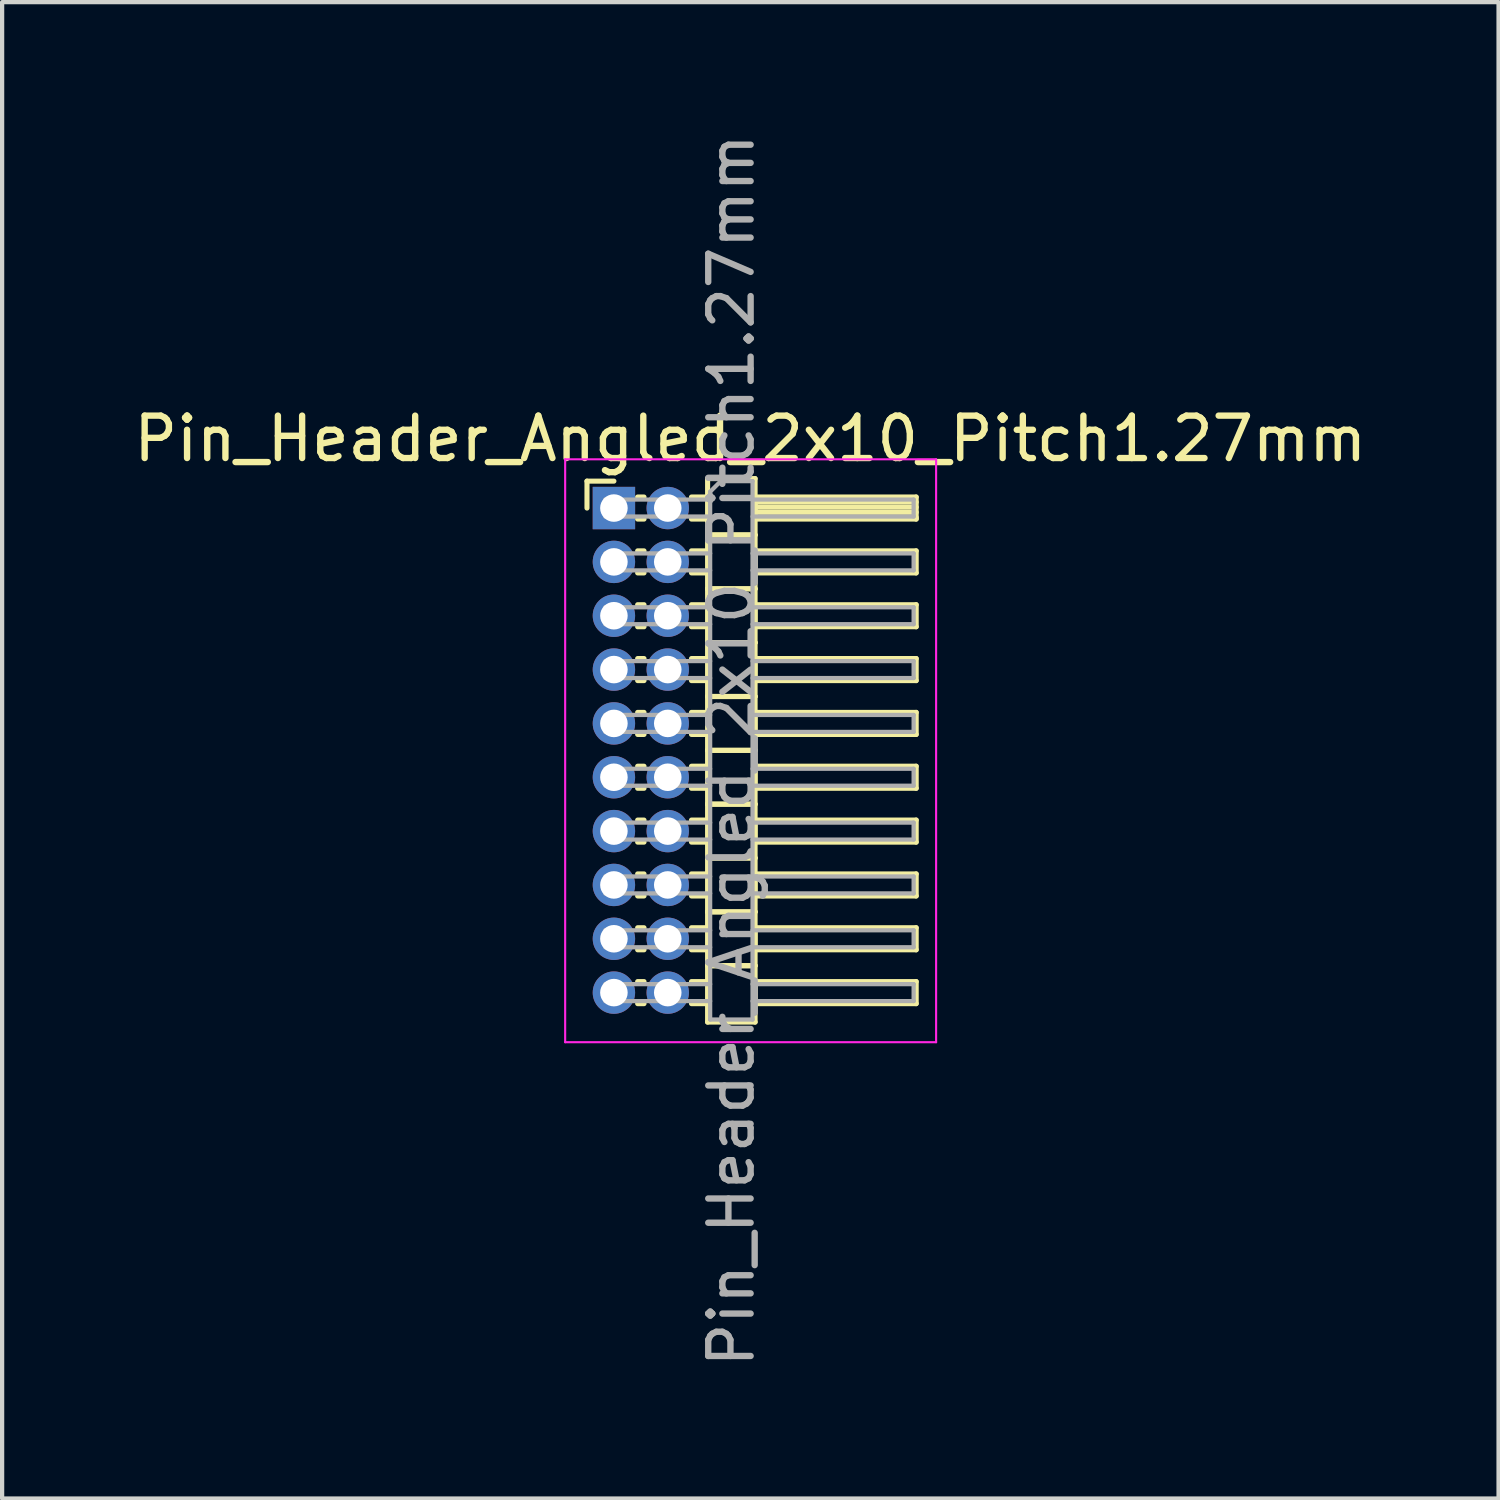
<source format=kicad_pcb>
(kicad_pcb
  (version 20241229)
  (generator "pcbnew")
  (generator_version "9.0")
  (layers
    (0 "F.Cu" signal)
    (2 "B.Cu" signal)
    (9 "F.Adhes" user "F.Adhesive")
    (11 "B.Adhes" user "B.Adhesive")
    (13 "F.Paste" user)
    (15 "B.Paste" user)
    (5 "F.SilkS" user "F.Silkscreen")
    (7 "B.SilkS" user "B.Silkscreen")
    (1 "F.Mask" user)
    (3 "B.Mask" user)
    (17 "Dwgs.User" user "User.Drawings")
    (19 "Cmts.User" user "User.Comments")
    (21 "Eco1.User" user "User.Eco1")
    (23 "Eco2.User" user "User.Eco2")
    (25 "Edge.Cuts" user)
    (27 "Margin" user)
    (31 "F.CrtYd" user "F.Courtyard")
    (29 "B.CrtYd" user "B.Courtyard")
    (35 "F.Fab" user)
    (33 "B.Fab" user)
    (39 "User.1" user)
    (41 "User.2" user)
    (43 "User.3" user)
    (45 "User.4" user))
  (footprint "Pin_Header_Angled_2x10_Pitch1.27mm"
    (layer "F.Cu")
    (at 11.431 8.934)
    (property "Reference" "Pin_Header_Angled_2x10_Pitch1.27mm" (at 3.217 -1.635 0) (layer "F.SilkS") (effects (font (size 1 1) (thickness 0.15))))
    (attr through_hole)
    (fp_line (start -0.635 -0.635) (end 0 -0.635) (stroke (width 0.12) (type solid)) (layer "F.SilkS"))
    (fp_line (start -0.635 0) (end -0.635 -0.635) (stroke (width 0.12) (type solid)) (layer "F.SilkS"))
    (fp_line (start 0.56 -0.26) (end 0.71 -0.26) (stroke (width 0.12) (type solid)) (layer "F.SilkS"))
    (fp_line (start 0.56 0.26) (end 0.71 0.26) (stroke (width 0.12) (type solid)) (layer "F.SilkS"))
    (fp_line (start 0.56 1.01) (end 0.71 1.01) (stroke (width 0.12) (type solid)) (layer "F.SilkS"))
    (fp_line (start 0.56 1.53) (end 0.71 1.53) (stroke (width 0.12) (type solid)) (layer "F.SilkS"))
    (fp_line (start 0.56 2.28) (end 0.71 2.28) (stroke (width 0.12) (type solid)) (layer "F.SilkS"))
    (fp_line (start 0.56 2.8) (end 0.71 2.8) (stroke (width 0.12) (type solid)) (layer "F.SilkS"))
    (fp_line (start 0.56 3.55) (end 0.71 3.55) (stroke (width 0.12) (type solid)) (layer "F.SilkS"))
    (fp_line (start 0.56 4.07) (end 0.71 4.07) (stroke (width 0.12) (type solid)) (layer "F.SilkS"))
    (fp_line (start 0.56 4.82) (end 0.71 4.82) (stroke (width 0.12) (type solid)) (layer "F.SilkS"))
    (fp_line (start 0.56 5.34) (end 0.71 5.34) (stroke (width 0.12) (type solid)) (layer "F.SilkS"))
    (fp_line (start 0.56 6.09) (end 0.71 6.09) (stroke (width 0.12) (type solid)) (layer "F.SilkS"))
    (fp_line (start 0.56 6.61) (end 0.71 6.61) (stroke (width 0.12) (type solid)) (layer "F.SilkS"))
    (fp_line (start 0.56 7.36) (end 0.71 7.36) (stroke (width 0.12) (type solid)) (layer "F.SilkS"))
    (fp_line (start 0.56 7.88) (end 0.71 7.88) (stroke (width 0.12) (type solid)) (layer "F.SilkS"))
    (fp_line (start 0.56 8.63) (end 0.71 8.63) (stroke (width 0.12) (type solid)) (layer "F.SilkS"))
    (fp_line (start 0.56 9.15) (end 0.71 9.15) (stroke (width 0.12) (type solid)) (layer "F.SilkS"))
    (fp_line (start 0.56 9.9) (end 0.71 9.9) (stroke (width 0.12) (type solid)) (layer "F.SilkS"))
    (fp_line (start 0.56 10.42) (end 0.71 10.42) (stroke (width 0.12) (type solid)) (layer "F.SilkS"))
    (fp_line (start 0.56 11.17) (end 0.71 11.17) (stroke (width 0.12) (type solid)) (layer "F.SilkS"))
    (fp_line (start 0.56 11.69) (end 0.71 11.69) (stroke (width 0.12) (type solid)) (layer "F.SilkS"))
    (fp_line (start 1.83 -0.26) (end 2.21 -0.26) (stroke (width 0.12) (type solid)) (layer "F.SilkS"))
    (fp_line (start 1.83 0.26) (end 2.21 0.26) (stroke (width 0.12) (type solid)) (layer "F.SilkS"))
    (fp_line (start 1.83 1.01) (end 2.21 1.01) (stroke (width 0.12) (type solid)) (layer "F.SilkS"))
    (fp_line (start 1.83 1.53) (end 2.21 1.53) (stroke (width 0.12) (type solid)) (layer "F.SilkS"))
    (fp_line (start 1.83 2.28) (end 2.21 2.28) (stroke (width 0.12) (type solid)) (layer "F.SilkS"))
    (fp_line (start 1.83 2.8) (end 2.21 2.8) (stroke (width 0.12) (type solid)) (layer "F.SilkS"))
    (fp_line (start 1.83 3.55) (end 2.21 3.55) (stroke (width 0.12) (type solid)) (layer "F.SilkS"))
    (fp_line (start 1.83 4.07) (end 2.21 4.07) (stroke (width 0.12) (type solid)) (layer "F.SilkS"))
    (fp_line (start 1.83 4.82) (end 2.21 4.82) (stroke (width 0.12) (type solid)) (layer "F.SilkS"))
    (fp_line (start 1.83 5.34) (end 2.21 5.34) (stroke (width 0.12) (type solid)) (layer "F.SilkS"))
    (fp_line (start 1.83 6.09) (end 2.21 6.09) (stroke (width 0.12) (type solid)) (layer "F.SilkS"))
    (fp_line (start 1.83 6.61) (end 2.21 6.61) (stroke (width 0.12) (type solid)) (layer "F.SilkS"))
    (fp_line (start 1.83 7.36) (end 2.21 7.36) (stroke (width 0.12) (type solid)) (layer "F.SilkS"))
    (fp_line (start 1.83 7.88) (end 2.21 7.88) (stroke (width 0.12) (type solid)) (layer "F.SilkS"))
    (fp_line (start 1.83 8.63) (end 2.21 8.63) (stroke (width 0.12) (type solid)) (layer "F.SilkS"))
    (fp_line (start 1.83 9.15) (end 2.21 9.15) (stroke (width 0.12) (type solid)) (layer "F.SilkS"))
    (fp_line (start 1.83 9.9) (end 2.21 9.9) (stroke (width 0.12) (type solid)) (layer "F.SilkS"))
    (fp_line (start 1.83 10.42) (end 2.21 10.42) (stroke (width 0.12) (type solid)) (layer "F.SilkS"))
    (fp_line (start 1.83 11.17) (end 2.21 11.17) (stroke (width 0.12) (type solid)) (layer "F.SilkS"))
    (fp_line (start 1.83 11.69) (end 2.21 11.69) (stroke (width 0.12) (type solid)) (layer "F.SilkS"))
    (fp_line (start 2.21 -0.695) (end 2.21 0.635) (stroke (width 0.12) (type solid)) (layer "F.SilkS"))
    (fp_line (start 2.21 0.635) (end 2.21 1.905) (stroke (width 0.12) (type solid)) (layer "F.SilkS"))
    (fp_line (start 2.21 0.635) (end 3.33 0.635) (stroke (width 0.12) (type solid)) (layer "F.SilkS"))
    (fp_line (start 2.21 1.905) (end 2.21 3.175) (stroke (width 0.12) (type solid)) (layer "F.SilkS"))
    (fp_line (start 2.21 1.905) (end 3.33 1.905) (stroke (width 0.12) (type solid)) (layer "F.SilkS"))
    (fp_line (start 2.21 3.175) (end 2.21 4.445) (stroke (width 0.12) (type solid)) (layer "F.SilkS"))
    (fp_line (start 2.21 3.175) (end 3.33 3.175) (stroke (width 0.12) (type solid)) (layer "F.SilkS"))
    (fp_line (start 2.21 4.445) (end 2.21 5.715) (stroke (width 0.12) (type solid)) (layer "F.SilkS"))
    (fp_line (start 2.21 4.445) (end 3.33 4.445) (stroke (width 0.12) (type solid)) (layer "F.SilkS"))
    (fp_line (start 2.21 5.715) (end 2.21 6.985) (stroke (width 0.12) (type solid)) (layer "F.SilkS"))
    (fp_line (start 2.21 5.715) (end 3.33 5.715) (stroke (width 0.12) (type solid)) (layer "F.SilkS"))
    (fp_line (start 2.21 6.985) (end 2.21 8.255) (stroke (width 0.12) (type solid)) (layer "F.SilkS"))
    (fp_line (start 2.21 6.985) (end 3.33 6.985) (stroke (width 0.12) (type solid)) (layer "F.SilkS"))
    (fp_line (start 2.21 8.255) (end 2.21 9.525) (stroke (width 0.12) (type solid)) (layer "F.SilkS"))
    (fp_line (start 2.21 8.255) (end 3.33 8.255) (stroke (width 0.12) (type solid)) (layer "F.SilkS"))
    (fp_line (start 2.21 9.525) (end 2.21 10.795) (stroke (width 0.12) (type solid)) (layer "F.SilkS"))
    (fp_line (start 2.21 9.525) (end 3.33 9.525) (stroke (width 0.12) (type solid)) (layer "F.SilkS"))
    (fp_line (start 2.21 10.795) (end 2.21 12.125) (stroke (width 0.12) (type solid)) (layer "F.SilkS"))
    (fp_line (start 2.21 10.795) (end 3.33 10.795) (stroke (width 0.12) (type solid)) (layer "F.SilkS"))
    (fp_line (start 2.21 12.125) (end 3.33 12.125) (stroke (width 0.12) (type solid)) (layer "F.SilkS"))
    (fp_line (start 3.33 -0.695) (end 2.21 -0.695) (stroke (width 0.12) (type solid)) (layer "F.SilkS"))
    (fp_line (start 3.33 -0.26) (end 3.33 0.26) (stroke (width 0.12) (type solid)) (layer "F.SilkS"))
    (fp_line (start 3.33 -0.14) (end 7.13 -0.14) (stroke (width 0.12) (type solid)) (layer "F.SilkS"))
    (fp_line (start 3.33 -0.02) (end 7.13 -0.02) (stroke (width 0.12) (type solid)) (layer "F.SilkS"))
    (fp_line (start 3.33 0.1) (end 7.13 0.1) (stroke (width 0.12) (type solid)) (layer "F.SilkS"))
    (fp_line (start 3.33 0.22) (end 7.13 0.22) (stroke (width 0.12) (type solid)) (layer "F.SilkS"))
    (fp_line (start 3.33 0.26) (end 7.13 0.26) (stroke (width 0.12) (type solid)) (layer "F.SilkS"))
    (fp_line (start 3.33 0.635) (end 2.21 0.635) (stroke (width 0.12) (type solid)) (layer "F.SilkS"))
    (fp_line (start 3.33 0.635) (end 3.33 -0.695) (stroke (width 0.12) (type solid)) (layer "F.SilkS"))
    (fp_line (start 3.33 1.01) (end 3.33 1.53) (stroke (width 0.12) (type solid)) (layer "F.SilkS"))
    (fp_line (start 3.33 1.53) (end 7.13 1.53) (stroke (width 0.12) (type solid)) (layer "F.SilkS"))
    (fp_line (start 3.33 1.905) (end 2.21 1.905) (stroke (width 0.12) (type solid)) (layer "F.SilkS"))
    (fp_line (start 3.33 1.905) (end 3.33 0.635) (stroke (width 0.12) (type solid)) (layer "F.SilkS"))
    (fp_line (start 3.33 2.28) (end 3.33 2.8) (stroke (width 0.12) (type solid)) (layer "F.SilkS"))
    (fp_line (start 3.33 2.8) (end 7.13 2.8) (stroke (width 0.12) (type solid)) (layer "F.SilkS"))
    (fp_line (start 3.33 3.175) (end 2.21 3.175) (stroke (width 0.12) (type solid)) (layer "F.SilkS"))
    (fp_line (start 3.33 3.175) (end 3.33 1.905) (stroke (width 0.12) (type solid)) (layer "F.SilkS"))
    (fp_line (start 3.33 3.55) (end 3.33 4.07) (stroke (width 0.12) (type solid)) (layer "F.SilkS"))
    (fp_line (start 3.33 4.07) (end 7.13 4.07) (stroke (width 0.12) (type solid)) (layer "F.SilkS"))
    (fp_line (start 3.33 4.445) (end 2.21 4.445) (stroke (width 0.12) (type solid)) (layer "F.SilkS"))
    (fp_line (start 3.33 4.445) (end 3.33 3.175) (stroke (width 0.12) (type solid)) (layer "F.SilkS"))
    (fp_line (start 3.33 4.82) (end 3.33 5.34) (stroke (width 0.12) (type solid)) (layer "F.SilkS"))
    (fp_line (start 3.33 5.34) (end 7.13 5.34) (stroke (width 0.12) (type solid)) (layer "F.SilkS"))
    (fp_line (start 3.33 5.715) (end 2.21 5.715) (stroke (width 0.12) (type solid)) (layer "F.SilkS"))
    (fp_line (start 3.33 5.715) (end 3.33 4.445) (stroke (width 0.12) (type solid)) (layer "F.SilkS"))
    (fp_line (start 3.33 6.09) (end 3.33 6.61) (stroke (width 0.12) (type solid)) (layer "F.SilkS"))
    (fp_line (start 3.33 6.61) (end 7.13 6.61) (stroke (width 0.12) (type solid)) (layer "F.SilkS"))
    (fp_line (start 3.33 6.985) (end 2.21 6.985) (stroke (width 0.12) (type solid)) (layer "F.SilkS"))
    (fp_line (start 3.33 6.985) (end 3.33 5.715) (stroke (width 0.12) (type solid)) (layer "F.SilkS"))
    (fp_line (start 3.33 7.36) (end 3.33 7.88) (stroke (width 0.12) (type solid)) (layer "F.SilkS"))
    (fp_line (start 3.33 7.88) (end 7.13 7.88) (stroke (width 0.12) (type solid)) (layer "F.SilkS"))
    (fp_line (start 3.33 8.255) (end 2.21 8.255) (stroke (width 0.12) (type solid)) (layer "F.SilkS"))
    (fp_line (start 3.33 8.255) (end 3.33 6.985) (stroke (width 0.12) (type solid)) (layer "F.SilkS"))
    (fp_line (start 3.33 8.63) (end 3.33 9.15) (stroke (width 0.12) (type solid)) (layer "F.SilkS"))
    (fp_line (start 3.33 9.15) (end 7.13 9.15) (stroke (width 0.12) (type solid)) (layer "F.SilkS"))
    (fp_line (start 3.33 9.525) (end 2.21 9.525) (stroke (width 0.12) (type solid)) (layer "F.SilkS"))
    (fp_line (start 3.33 9.525) (end 3.33 8.255) (stroke (width 0.12) (type solid)) (layer "F.SilkS"))
    (fp_line (start 3.33 9.9) (end 3.33 10.42) (stroke (width 0.12) (type solid)) (layer "F.SilkS"))
    (fp_line (start 3.33 10.42) (end 7.13 10.42) (stroke (width 0.12) (type solid)) (layer "F.SilkS"))
    (fp_line (start 3.33 10.795) (end 2.21 10.795) (stroke (width 0.12) (type solid)) (layer "F.SilkS"))
    (fp_line (start 3.33 10.795) (end 3.33 9.525) (stroke (width 0.12) (type solid)) (layer "F.SilkS"))
    (fp_line (start 3.33 11.17) (end 3.33 11.69) (stroke (width 0.12) (type solid)) (layer "F.SilkS"))
    (fp_line (start 3.33 11.69) (end 7.13 11.69) (stroke (width 0.12) (type solid)) (layer "F.SilkS"))
    (fp_line (start 3.33 12.125) (end 3.33 10.795) (stroke (width 0.12) (type solid)) (layer "F.SilkS"))
    (fp_line (start 7.13 -0.26) (end 3.33 -0.26) (stroke (width 0.12) (type solid)) (layer "F.SilkS"))
    (fp_line (start 7.13 0.26) (end 7.13 -0.26) (stroke (width 0.12) (type solid)) (layer "F.SilkS"))
    (fp_line (start 7.13 1.01) (end 3.33 1.01) (stroke (width 0.12) (type solid)) (layer "F.SilkS"))
    (fp_line (start 7.13 1.53) (end 7.13 1.01) (stroke (width 0.12) (type solid)) (layer "F.SilkS"))
    (fp_line (start 7.13 2.28) (end 3.33 2.28) (stroke (width 0.12) (type solid)) (layer "F.SilkS"))
    (fp_line (start 7.13 2.8) (end 7.13 2.28) (stroke (width 0.12) (type solid)) (layer "F.SilkS"))
    (fp_line (start 7.13 3.55) (end 3.33 3.55) (stroke (width 0.12) (type solid)) (layer "F.SilkS"))
    (fp_line (start 7.13 4.07) (end 7.13 3.55) (stroke (width 0.12) (type solid)) (layer "F.SilkS"))
    (fp_line (start 7.13 4.82) (end 3.33 4.82) (stroke (width 0.12) (type solid)) (layer "F.SilkS"))
    (fp_line (start 7.13 5.34) (end 7.13 4.82) (stroke (width 0.12) (type solid)) (layer "F.SilkS"))
    (fp_line (start 7.13 6.09) (end 3.33 6.09) (stroke (width 0.12) (type solid)) (layer "F.SilkS"))
    (fp_line (start 7.13 6.61) (end 7.13 6.09) (stroke (width 0.12) (type solid)) (layer "F.SilkS"))
    (fp_line (start 7.13 7.36) (end 3.33 7.36) (stroke (width 0.12) (type solid)) (layer "F.SilkS"))
    (fp_line (start 7.13 7.88) (end 7.13 7.36) (stroke (width 0.12) (type solid)) (layer "F.SilkS"))
    (fp_line (start 7.13 8.63) (end 3.33 8.63) (stroke (width 0.12) (type solid)) (layer "F.SilkS"))
    (fp_line (start 7.13 9.15) (end 7.13 8.63) (stroke (width 0.12) (type solid)) (layer "F.SilkS"))
    (fp_line (start 7.13 9.9) (end 3.33 9.9) (stroke (width 0.12) (type solid)) (layer "F.SilkS"))
    (fp_line (start 7.13 10.42) (end 7.13 9.9) (stroke (width 0.12) (type solid)) (layer "F.SilkS"))
    (fp_line (start 7.13 11.17) (end 3.33 11.17) (stroke (width 0.12) (type solid)) (layer "F.SilkS"))
    (fp_line (start 7.13 11.69) (end 7.13 11.17) (stroke (width 0.12) (type solid)) (layer "F.SilkS"))
    (fp_line (start -1.15 -1.15) (end -1.15 12.6) (stroke (width 0.05) (type solid)) (layer "F.CrtYd"))
    (fp_line (start -1.15 12.6) (end 7.6 12.6) (stroke (width 0.05) (type solid)) (layer "F.CrtYd"))
    (fp_line (start 7.6 -1.15) (end -1.15 -1.15) (stroke (width 0.05) (type solid)) (layer "F.CrtYd"))
    (fp_line (start 7.6 12.6) (end 7.6 -1.15) (stroke (width 0.05) (type solid)) (layer "F.CrtYd"))
    (fp_line (start -0.2 -0.2) (end -0.2 0.2) (stroke (width 0.1) (type solid)) (layer "F.Fab"))
    (fp_line (start -0.2 -0.2) (end 2.27 -0.2) (stroke (width 0.1) (type solid)) (layer "F.Fab"))
    (fp_line (start -0.2 0.2) (end 2.27 0.2) (stroke (width 0.1) (type solid)) (layer "F.Fab"))
    (fp_line (start -0.2 1.07) (end -0.2 1.47) (stroke (width 0.1) (type solid)) (layer "F.Fab"))
    (fp_line (start -0.2 1.07) (end 2.27 1.07) (stroke (width 0.1) (type solid)) (layer "F.Fab"))
    (fp_line (start -0.2 1.47) (end 2.27 1.47) (stroke (width 0.1) (type solid)) (layer "F.Fab"))
    (fp_line (start -0.2 2.34) (end -0.2 2.74) (stroke (width 0.1) (type solid)) (layer "F.Fab"))
    (fp_line (start -0.2 2.34) (end 2.27 2.34) (stroke (width 0.1) (type solid)) (layer "F.Fab"))
    (fp_line (start -0.2 2.74) (end 2.27 2.74) (stroke (width 0.1) (type solid)) (layer "F.Fab"))
    (fp_line (start -0.2 3.61) (end -0.2 4.01) (stroke (width 0.1) (type solid)) (layer "F.Fab"))
    (fp_line (start -0.2 3.61) (end 2.27 3.61) (stroke (width 0.1) (type solid)) (layer "F.Fab"))
    (fp_line (start -0.2 4.01) (end 2.27 4.01) (stroke (width 0.1) (type solid)) (layer "F.Fab"))
    (fp_line (start -0.2 4.88) (end -0.2 5.28) (stroke (width 0.1) (type solid)) (layer "F.Fab"))
    (fp_line (start -0.2 4.88) (end 2.27 4.88) (stroke (width 0.1) (type solid)) (layer "F.Fab"))
    (fp_line (start -0.2 5.28) (end 2.27 5.28) (stroke (width 0.1) (type solid)) (layer "F.Fab"))
    (fp_line (start -0.2 6.15) (end -0.2 6.55) (stroke (width 0.1) (type solid)) (layer "F.Fab"))
    (fp_line (start -0.2 6.15) (end 2.27 6.15) (stroke (width 0.1) (type solid)) (layer "F.Fab"))
    (fp_line (start -0.2 6.55) (end 2.27 6.55) (stroke (width 0.1) (type solid)) (layer "F.Fab"))
    (fp_line (start -0.2 7.42) (end -0.2 7.82) (stroke (width 0.1) (type solid)) (layer "F.Fab"))
    (fp_line (start -0.2 7.42) (end 2.27 7.42) (stroke (width 0.1) (type solid)) (layer "F.Fab"))
    (fp_line (start -0.2 7.82) (end 2.27 7.82) (stroke (width 0.1) (type solid)) (layer "F.Fab"))
    (fp_line (start -0.2 8.69) (end -0.2 9.09) (stroke (width 0.1) (type solid)) (layer "F.Fab"))
    (fp_line (start -0.2 8.69) (end 2.27 8.69) (stroke (width 0.1) (type solid)) (layer "F.Fab"))
    (fp_line (start -0.2 9.09) (end 2.27 9.09) (stroke (width 0.1) (type solid)) (layer "F.Fab"))
    (fp_line (start -0.2 9.96) (end -0.2 10.36) (stroke (width 0.1) (type solid)) (layer "F.Fab"))
    (fp_line (start -0.2 9.96) (end 2.27 9.96) (stroke (width 0.1) (type solid)) (layer "F.Fab"))
    (fp_line (start -0.2 10.36) (end 2.27 10.36) (stroke (width 0.1) (type solid)) (layer "F.Fab"))
    (fp_line (start -0.2 11.23) (end -0.2 11.63) (stroke (width 0.1) (type solid)) (layer "F.Fab"))
    (fp_line (start -0.2 11.23) (end 2.27 11.23) (stroke (width 0.1) (type solid)) (layer "F.Fab"))
    (fp_line (start -0.2 11.63) (end 2.27 11.63) (stroke (width 0.1) (type solid)) (layer "F.Fab"))
    (fp_line (start 2.27 -0.385) (end 2.52 -0.635) (stroke (width 0.1) (type solid)) (layer "F.Fab"))
    (fp_line (start 2.27 12.065) (end 2.27 -0.385) (stroke (width 0.1) (type solid)) (layer "F.Fab"))
    (fp_line (start 2.52 -0.635) (end 3.27 -0.635) (stroke (width 0.1) (type solid)) (layer "F.Fab"))
    (fp_line (start 3.27 -0.635) (end 3.27 12.065) (stroke (width 0.1) (type solid)) (layer "F.Fab"))
    (fp_line (start 3.27 -0.2) (end 7.07 -0.2) (stroke (width 0.1) (type solid)) (layer "F.Fab"))
    (fp_line (start 3.27 0.2) (end 7.07 0.2) (stroke (width 0.1) (type solid)) (layer "F.Fab"))
    (fp_line (start 3.27 1.07) (end 7.07 1.07) (stroke (width 0.1) (type solid)) (layer "F.Fab"))
    (fp_line (start 3.27 1.47) (end 7.07 1.47) (stroke (width 0.1) (type solid)) (layer "F.Fab"))
    (fp_line (start 3.27 2.34) (end 7.07 2.34) (stroke (width 0.1) (type solid)) (layer "F.Fab"))
    (fp_line (start 3.27 2.74) (end 7.07 2.74) (stroke (width 0.1) (type solid)) (layer "F.Fab"))
    (fp_line (start 3.27 3.61) (end 7.07 3.61) (stroke (width 0.1) (type solid)) (layer "F.Fab"))
    (fp_line (start 3.27 4.01) (end 7.07 4.01) (stroke (width 0.1) (type solid)) (layer "F.Fab"))
    (fp_line (start 3.27 4.88) (end 7.07 4.88) (stroke (width 0.1) (type solid)) (layer "F.Fab"))
    (fp_line (start 3.27 5.28) (end 7.07 5.28) (stroke (width 0.1) (type solid)) (layer "F.Fab"))
    (fp_line (start 3.27 6.15) (end 7.07 6.15) (stroke (width 0.1) (type solid)) (layer "F.Fab"))
    (fp_line (start 3.27 6.55) (end 7.07 6.55) (stroke (width 0.1) (type solid)) (layer "F.Fab"))
    (fp_line (start 3.27 7.42) (end 7.07 7.42) (stroke (width 0.1) (type solid)) (layer "F.Fab"))
    (fp_line (start 3.27 7.82) (end 7.07 7.82) (stroke (width 0.1) (type solid)) (layer "F.Fab"))
    (fp_line (start 3.27 8.69) (end 7.07 8.69) (stroke (width 0.1) (type solid)) (layer "F.Fab"))
    (fp_line (start 3.27 9.09) (end 7.07 9.09) (stroke (width 0.1) (type solid)) (layer "F.Fab"))
    (fp_line (start 3.27 9.96) (end 7.07 9.96) (stroke (width 0.1) (type solid)) (layer "F.Fab"))
    (fp_line (start 3.27 10.36) (end 7.07 10.36) (stroke (width 0.1) (type solid)) (layer "F.Fab"))
    (fp_line (start 3.27 11.23) (end 7.07 11.23) (stroke (width 0.1) (type solid)) (layer "F.Fab"))
    (fp_line (start 3.27 11.63) (end 7.07 11.63) (stroke (width 0.1) (type solid)) (layer "F.Fab"))
    (fp_line (start 3.27 12.065) (end 2.27 12.065) (stroke (width 0.1) (type solid)) (layer "F.Fab"))
    (fp_line (start 7.07 -0.2) (end 7.07 0.2) (stroke (width 0.1) (type solid)) (layer "F.Fab"))
    (fp_line (start 7.07 1.07) (end 7.07 1.47) (stroke (width 0.1) (type solid)) (layer "F.Fab"))
    (fp_line (start 7.07 2.34) (end 7.07 2.74) (stroke (width 0.1) (type solid)) (layer "F.Fab"))
    (fp_line (start 7.07 3.61) (end 7.07 4.01) (stroke (width 0.1) (type solid)) (layer "F.Fab"))
    (fp_line (start 7.07 4.88) (end 7.07 5.28) (stroke (width 0.1) (type solid)) (layer "F.Fab"))
    (fp_line (start 7.07 6.15) (end 7.07 6.55) (stroke (width 0.1) (type solid)) (layer "F.Fab"))
    (fp_line (start 7.07 7.42) (end 7.07 7.82) (stroke (width 0.1) (type solid)) (layer "F.Fab"))
    (fp_line (start 7.07 8.69) (end 7.07 9.09) (stroke (width 0.1) (type solid)) (layer "F.Fab"))
    (fp_line (start 7.07 9.96) (end 7.07 10.36) (stroke (width 0.1) (type solid)) (layer "F.Fab"))
    (fp_line (start 7.07 11.23) (end 7.07 11.63) (stroke (width 0.1) (type solid)) (layer "F.Fab"))
    (fp_text user "${REFERENCE}" (at 2.77 5.715 90) (layer "F.Fab") (effects (font (size 1 1) (thickness 0.15))))
    (pad "1" thru_hole rect (at 0 0) (size 1 1) (drill 0.65) (layers "*.Cu" "*.Mask"))
    (pad "2" thru_hole oval (at 1.27 0) (size 1 1) (drill 0.65) (layers "*.Cu" "*.Mask"))
    (pad "3" thru_hole oval (at 0 1.27) (size 1 1) (drill 0.65) (layers "*.Cu" "*.Mask"))
    (pad "4" thru_hole oval (at 1.27 1.27) (size 1 1) (drill 0.65) (layers "*.Cu" "*.Mask"))
    (pad "5" thru_hole oval (at 0 2.54) (size 1 1) (drill 0.65) (layers "*.Cu" "*.Mask"))
    (pad "6" thru_hole oval (at 1.27 2.54) (size 1 1) (drill 0.65) (layers "*.Cu" "*.Mask"))
    (pad "7" thru_hole oval (at 0 3.81) (size 1 1) (drill 0.65) (layers "*.Cu" "*.Mask"))
    (pad "8" thru_hole oval (at 1.27 3.81) (size 1 1) (drill 0.65) (layers "*.Cu" "*.Mask"))
    (pad "9" thru_hole oval (at 0 5.08) (size 1 1) (drill 0.65) (layers "*.Cu" "*.Mask"))
    (pad "10" thru_hole oval (at 1.27 5.08) (size 1 1) (drill 0.65) (layers "*.Cu" "*.Mask"))
    (pad "11" thru_hole oval (at 0 6.35) (size 1 1) (drill 0.65) (layers "*.Cu" "*.Mask"))
    (pad "12" thru_hole oval (at 1.27 6.35) (size 1 1) (drill 0.65) (layers "*.Cu" "*.Mask"))
    (pad "13" thru_hole oval (at 0 7.62) (size 1 1) (drill 0.65) (layers "*.Cu" "*.Mask"))
    (pad "14" thru_hole oval (at 1.27 7.62) (size 1 1) (drill 0.65) (layers "*.Cu" "*.Mask"))
    (pad "15" thru_hole oval (at 0 8.89) (size 1 1) (drill 0.65) (layers "*.Cu" "*.Mask"))
    (pad "16" thru_hole oval (at 1.27 8.89) (size 1 1) (drill 0.65) (layers "*.Cu" "*.Mask"))
    (pad "17" thru_hole oval (at 0 10.16) (size 1 1) (drill 0.65) (layers "*.Cu" "*.Mask"))
    (pad "18" thru_hole oval (at 1.27 10.16) (size 1 1) (drill 0.65) (layers "*.Cu" "*.Mask"))
    (pad "19" thru_hole oval (at 0 11.43) (size 1 1) (drill 0.65) (layers "*.Cu" "*.Mask"))
    (pad "20" thru_hole oval (at 1.27 11.43) (size 1 1) (drill 0.65) (layers "*.Cu" "*.Mask")))
  (gr_rect
    (start -3 -3)
    (end 32.298 32.298)
    (stroke (width 0.1) (type default))
    (fill no)
    (layer "Edge.Cuts")))
</source>
